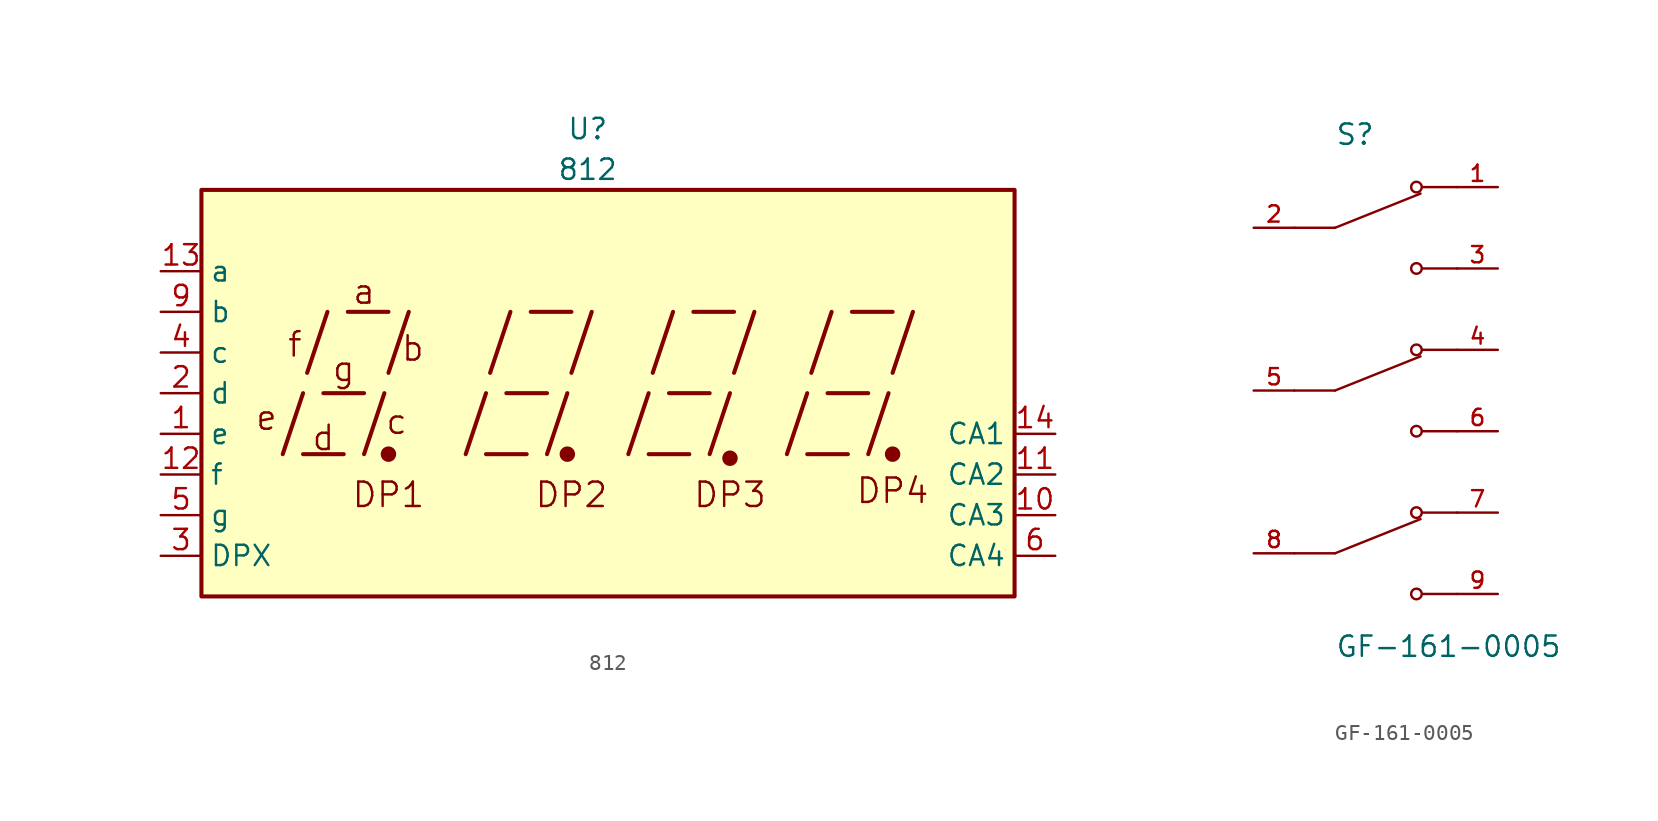
<source format=kicad_sym>
(kicad_symbol_lib
  (version 20231120)
  (generator "kicad_symbol_editor")
  (generator_version "8.0")
  (symbol "812"
    (property "Reference" "U"
      (at 0 16.51 0)
      (effects (font (size 1.27 1.27))))
    (property "Value" "812"
      (at 0 13.97 0)
      (effects (font (size 1.27 1.27))))
    (symbol "812_0_0"
      (rectangle (start -24.13 12.7) (end 26.67 -12.7) (stroke (width 0.254) (type default)) (fill (type background)))
      (polyline (pts (xy -19.05 -3.81) (xy -17.78 0)) (stroke (width 0.254) (type default)) (fill (type none)))
      (polyline (pts (xy -17.78 -3.81) (xy -15.24 -3.81)) (stroke (width 0.254) (type default)) (fill (type none)))
      (polyline (pts (xy -17.526 1.27) (xy -16.256 5.08)) (stroke (width 0.254) (type default)) (fill (type none)))
      (polyline (pts (xy -16.51 0) (xy -13.97 0)) (stroke (width 0.254) (type default)) (fill (type none)))
      (polyline (pts (xy -14.986 5.08) (xy -12.446 5.08)) (stroke (width 0.254) (type default)) (fill (type none)))
      (polyline (pts (xy -13.97 -3.81) (xy -12.7 0)) (stroke (width 0.254) (type default)) (fill (type none)))
      (polyline (pts (xy -12.446 1.27) (xy -11.176 5.08)) (stroke (width 0.254) (type default)) (fill (type none)))
      (polyline (pts (xy -7.62 -3.81) (xy -6.35 0)) (stroke (width 0.254) (type default)) (fill (type none)))
      (polyline (pts (xy -6.35 -3.81) (xy -3.81 -3.81)) (stroke (width 0.254) (type default)) (fill (type none)))
      (polyline (pts (xy -6.096 1.27) (xy -4.826 5.08)) (stroke (width 0.254) (type default)) (fill (type none)))
      (polyline (pts (xy -5.08 0) (xy -2.54 0)) (stroke (width 0.254) (type default)) (fill (type none)))
      (polyline (pts (xy -3.556 5.08) (xy -1.016 5.08)) (stroke (width 0.254) (type default)) (fill (type none)))
      (polyline (pts (xy -2.54 -3.81) (xy -1.27 0)) (stroke (width 0.254) (type default)) (fill (type none)))
      (polyline (pts (xy -1.016 1.27) (xy 0.254 5.08)) (stroke (width 0.254) (type default)) (fill (type none)))
      (polyline (pts (xy 2.54 -3.81) (xy 3.81 0)) (stroke (width 0.254) (type default)) (fill (type none)))
      (polyline (pts (xy 3.81 -3.81) (xy 6.35 -3.81)) (stroke (width 0.254) (type default)) (fill (type none)))
      (polyline (pts (xy 4.064 1.27) (xy 5.334 5.08)) (stroke (width 0.254) (type default)) (fill (type none)))
      (polyline (pts (xy 5.08 0) (xy 7.62 0)) (stroke (width 0.254) (type default)) (fill (type none)))
      (polyline (pts (xy 6.604 5.08) (xy 9.144 5.08)) (stroke (width 0.254) (type default)) (fill (type none)))
      (polyline (pts (xy 7.62 -3.81) (xy 8.89 0)) (stroke (width 0.254) (type default)) (fill (type none)))
      (polyline (pts (xy 9.144 1.27) (xy 10.414 5.08)) (stroke (width 0.254) (type default)) (fill (type none)))
      (polyline (pts (xy 12.446 -3.81) (xy 13.716 0)) (stroke (width 0.254) (type default)) (fill (type none)))
      (polyline (pts (xy 13.716 -3.81) (xy 16.256 -3.81)) (stroke (width 0.254) (type default)) (fill (type none)))
      (polyline (pts (xy 13.97 1.27) (xy 15.24 5.08)) (stroke (width 0.254) (type default)) (fill (type none)))
      (polyline (pts (xy 14.986 0) (xy 17.526 0)) (stroke (width 0.254) (type default)) (fill (type none)))
      (polyline (pts (xy 16.51 5.08) (xy 19.05 5.08)) (stroke (width 0.254) (type default)) (fill (type none)))
      (polyline (pts (xy 17.526 -3.81) (xy 18.796 0)) (stroke (width 0.254) (type default)) (fill (type none)))
      (polyline (pts (xy 19.05 1.27) (xy 20.32 5.08)) (stroke (width 0.254) (type default)) (fill (type none)))
      (text "a" (at -13.97 6.35 0) (effects (font (size 1.524 1.524))))
      (text "b" (at -10.922 2.794 0) (effects (font (size 1.524 1.524))))
      (text "c" (at -11.938 -1.778 0) (effects (font (size 1.524 1.524))))
      (text "d" (at -16.51 -2.794 0) (effects (font (size 1.524 1.524))))
      (text "DP1" (at -12.446 -6.35 0) (effects (font (size 1.524 1.524))))
      (text "DP2" (at -1.016 -6.35 0) (effects (font (size 1.524 1.524))))
      (text "DP3" (at 8.89 -6.35 0) (effects (font (size 1.524 1.524))))
      (text "DP4" (at 19.05 -6.096 0) (effects (font (size 1.524 1.524))))
      (text "e" (at -20.066 -1.524 0) (effects (font (size 1.524 1.524))))
      (text "f" (at -18.288 3.048 0) (effects (font (size 1.524 1.524))))
      (text "g" (at -15.24 1.524 0) (effects (font (size 1.524 1.524)))))
    (symbol "812_0_1"
      (circle (center -12.446 -3.81) (radius 0.356) (stroke (width 0.254) (type default)) (fill (type outline)))
      (circle (center -1.27 -3.81) (radius 0.356) (stroke (width 0.254) (type default)) (fill (type outline))))
    (symbol "812_1_0"
      (circle (center 8.89 -4.064) (radius 0.356) (stroke (width 0.254) (type default)) (fill (type outline)))
      (circle (center 19.05 -3.81) (radius 0.356) (stroke (width 0.254) (type default)) (fill (type outline))))
    (symbol "812_1_1"
      (pin input line (at -26.67 -2.54 0) (length 2.54) (name "e" (effects (font (size 1.27 1.27)))) (number "1" (effects (font (size 1.27 1.27)))))
      (pin input line (at 29.21 -7.62 180) (length 2.54) (name "CA3" (effects (font (size 1.27 1.27)))) (number "10" (effects (font (size 1.27 1.27)))))
      (pin input line (at 29.21 -5.08 180) (length 2.54) (name "CA2" (effects (font (size 1.27 1.27)))) (number "11" (effects (font (size 1.27 1.27)))))
      (pin input line (at -26.67 -5.08 0) (length 2.54) (name "f" (effects (font (size 1.27 1.27)))) (number "12" (effects (font (size 1.27 1.27)))))
      (pin input line (at -26.67 7.62 0) (length 2.54) (name "a" (effects (font (size 1.27 1.27)))) (number "13" (effects (font (size 1.27 1.27)))))
      (pin input line (at 29.21 -2.54 180) (length 2.54) (name "CA1" (effects (font (size 1.27 1.27)))) (number "14" (effects (font (size 1.27 1.27)))))
      (pin input line (at -26.67 0 0) (length 2.54) (name "d" (effects (font (size 1.27 1.27)))) (number "2" (effects (font (size 1.27 1.27)))))
      (pin input line (at -26.67 -10.16 0) (length 2.54) (name "DPX" (effects (font (size 1.27 1.27)))) (number "3" (effects (font (size 1.27 1.27)))))
      (pin input line (at -26.67 2.54 0) (length 2.54) (name "c" (effects (font (size 1.27 1.27)))) (number "4" (effects (font (size 1.27 1.27)))))
      (pin input line (at -26.67 -7.62 0) (length 2.54) (name "g" (effects (font (size 1.27 1.27)))) (number "5" (effects (font (size 1.27 1.27)))))
      (pin input line (at 29.21 -10.16 180) (length 2.54) (name "CA4" (effects (font (size 1.27 1.27)))) (number "6" (effects (font (size 1.27 1.27)))))
      (pin input line (at -26.67 5.08 0) (length 2.54) (name "b" (effects (font (size 1.27 1.27)))) (number "9" (effects (font (size 1.27 1.27)))))))
  (symbol "GF-161-0005"
    (pin_names
      (offset 1.016))
    (property "Reference" "S"
      (at -2.54 15.24 0)
      (effects (font (size 1.27 1.27)) (justify left bottom)))
    (property "Value" "GF-161-0005"
      (at -2.54 -15.24 0)
      (effects (font (size 1.27 1.27)) (justify left top)))
    (symbol "GF-161-0005_0_0"
      (polyline (pts (xy -2.54 -10.16) (xy -5.08 -10.16)) (stroke (width 0.152) (type default)) (fill (type none)))
      (polyline (pts (xy -2.54 -10.16) (xy 2.794 -8.026)) (stroke (width 0.152) (type default)) (fill (type none)))
      (polyline (pts (xy -2.54 0) (xy -5.08 0)) (stroke (width 0.152) (type default)) (fill (type none)))
      (polyline (pts (xy -2.54 0) (xy 2.794 2.134)) (stroke (width 0.152) (type default)) (fill (type none)))
      (polyline (pts (xy -2.54 10.16) (xy -5.08 10.16)) (stroke (width 0.152) (type default)) (fill (type none)))
      (polyline (pts (xy -2.54 10.16) (xy 2.794 12.294)) (stroke (width 0.152) (type default)) (fill (type none)))
      (polyline (pts (xy 5.08 -12.7) (xy 2.921 -12.7)) (stroke (width 0.152) (type default)) (fill (type none)))
      (polyline (pts (xy 5.08 -7.62) (xy 2.921 -7.62)) (stroke (width 0.152) (type default)) (fill (type none)))
      (polyline (pts (xy 5.08 -2.54) (xy 2.921 -2.54)) (stroke (width 0.152) (type default)) (fill (type none)))
      (polyline (pts (xy 5.08 2.54) (xy 2.921 2.54)) (stroke (width 0.152) (type default)) (fill (type none)))
      (polyline (pts (xy 5.08 7.62) (xy 2.921 7.62)) (stroke (width 0.152) (type default)) (fill (type none)))
      (polyline (pts (xy 5.08 12.7) (xy 2.921 12.7)) (stroke (width 0.152) (type default)) (fill (type none)))
      (circle (center 2.54 -12.7) (radius 0.33) (stroke (width 0.152) (type default)) (fill (type none)))
      (circle (center 2.54 -7.62) (radius 0.33) (stroke (width 0.152) (type default)) (fill (type none)))
      (circle (center 2.54 -2.54) (radius 0.33) (stroke (width 0.152) (type default)) (fill (type none)))
      (circle (center 2.54 2.54) (radius 0.33) (stroke (width 0.152) (type default)) (fill (type none)))
      (circle (center 2.54 7.62) (radius 0.33) (stroke (width 0.152) (type default)) (fill (type none)))
      (circle (center 2.54 12.7) (radius 0.33) (stroke (width 0.152) (type default)) (fill (type none)))
      (pin passive line (at 7.62 12.7 180) (length 2.54) (name "~" (effects (font (size 1.016 1.016)))) (number "1" (effects (font (size 1.016 1.016)))))
      (pin passive line (at -7.62 10.16 0) (length 2.54) (name "~" (effects (font (size 1.016 1.016)))) (number "2" (effects (font (size 1.016 1.016)))))
      (pin passive line (at 7.62 7.62 180) (length 2.54) (name "~" (effects (font (size 1.016 1.016)))) (number "3" (effects (font (size 1.016 1.016)))))
      (pin passive line (at 7.62 2.54 180) (length 2.54) (name "~" (effects (font (size 1.016 1.016)))) (number "4" (effects (font (size 1.016 1.016)))))
      (pin passive line (at -7.62 0 0) (length 2.54) (name "~" (effects (font (size 1.016 1.016)))) (number "5" (effects (font (size 1.016 1.016)))))
      (pin passive line (at 7.62 -2.54 180) (length 2.54) (name "~" (effects (font (size 1.016 1.016)))) (number "6" (effects (font (size 1.016 1.016)))))
      (pin passive line (at 7.62 -7.62 180) (length 2.54) (name "~" (effects (font (size 1.016 1.016)))) (number "7" (effects (font (size 1.016 1.016)))))
      (pin passive line (at -7.62 -10.16 0) (length 2.54) (name "~" (effects (font (size 1.016 1.016)))) (number "8" (effects (font (size 1.016 1.016)))))
      (pin passive line (at 7.62 -12.7 180) (length 2.54) (name "~" (effects (font (size 1.016 1.016)))) (number "9" (effects (font (size 1.016 1.016))))))))
</source>
